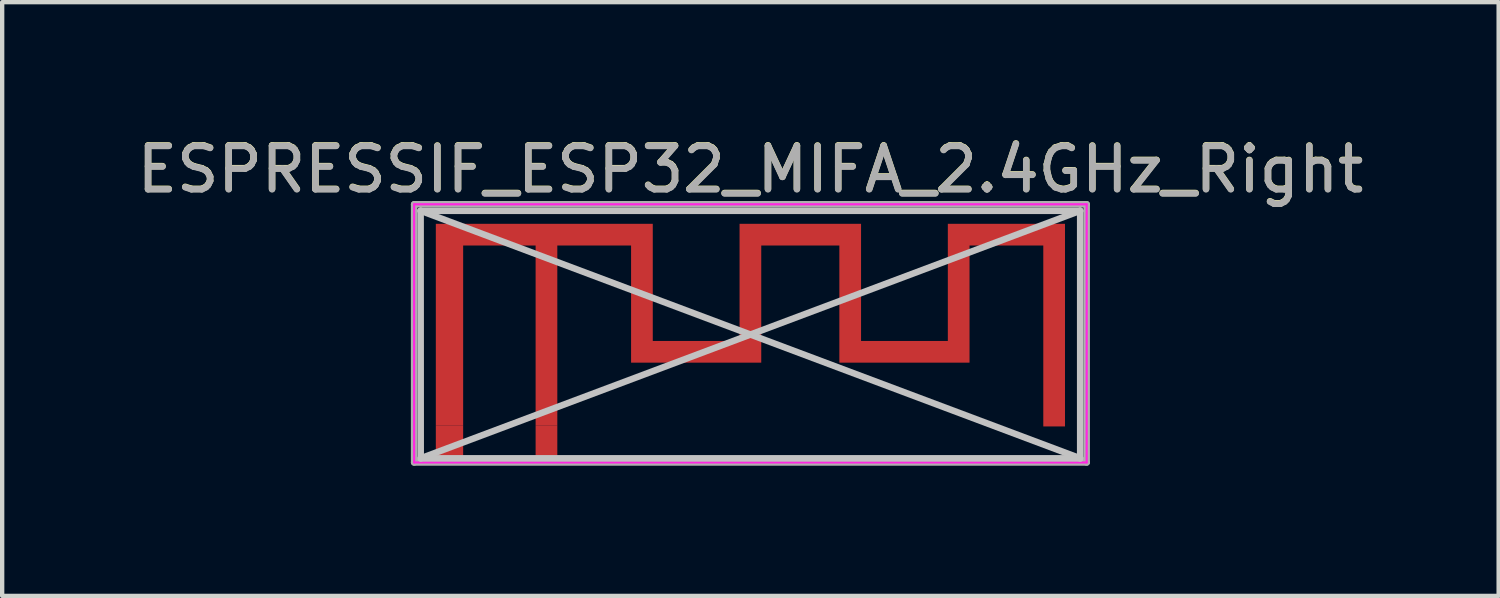
<source format=kicad_pcb>
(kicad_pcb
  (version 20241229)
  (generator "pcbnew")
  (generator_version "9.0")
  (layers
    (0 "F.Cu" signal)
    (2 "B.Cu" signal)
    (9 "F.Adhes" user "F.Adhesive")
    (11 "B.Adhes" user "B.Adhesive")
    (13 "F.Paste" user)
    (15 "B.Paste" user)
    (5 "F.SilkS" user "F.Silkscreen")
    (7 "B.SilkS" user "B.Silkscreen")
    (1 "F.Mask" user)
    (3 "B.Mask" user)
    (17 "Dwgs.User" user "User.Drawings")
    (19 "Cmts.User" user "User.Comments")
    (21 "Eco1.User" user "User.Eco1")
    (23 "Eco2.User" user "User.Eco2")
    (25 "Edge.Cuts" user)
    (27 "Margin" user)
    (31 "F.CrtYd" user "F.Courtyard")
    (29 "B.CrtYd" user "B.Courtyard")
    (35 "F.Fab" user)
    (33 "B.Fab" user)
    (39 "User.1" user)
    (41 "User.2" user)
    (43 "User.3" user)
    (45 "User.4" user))
  (footprint "ESPRESSIF_ESP32_MIFA_2.4GHz_Right"
    (layer "F.Cu")
    (at 9.694 7.258)
    (property "Reference" "ESPRESSIF_ESP32_MIFA_2.4GHz_Right" (at 4.55 -6.41 0) (layer "F.SilkS") (effects (font (size 1 1) (thickness 0.15))))
    (attr exclude_from_pos_files exclude_from_bom)
    (fp_poly (pts (xy 2.3 -2.45) (xy 4.3 -2.45) (xy 4.3 -5.15) (xy 7.1 -5.15) (xy 7.1 -2.45) (xy 9.1 -2.45) (xy 9.1 -5.15) (xy 11.8 -5.15) (xy 11.8 -0.48) (xy 11.3 -0.48) (xy 11.3 -4.65) (xy 9.6 -4.65) (xy 9.6 -1.95) (xy 6.6 -1.95) (xy 6.6 -4.65) (xy 4.8 -4.65) (xy 4.8 -1.95) (xy 1.8 -1.95) (xy 1.8 -4.65) (xy 0.1 -4.65) (xy 0.1 -0.508) (xy -0.4 -0.508) (xy -0.4 -4.65) (xy -2.07 -4.65) (xy -2.07 -0.508) (xy -2.7 -0.508) (xy -2.7 -5.15) (xy 2.3 -5.15) (xy 2.3 -2.51)) (stroke (width 0) (type solid)) (fill yes) (layer "F.Cu"))
    (fp_line (start -3.05 -5.45) (end 12.15 -5.45) (stroke (width 0.15) (type solid)) (layer "Dwgs.User"))
    (fp_line (start -3.05 -5.45) (end 12.15 0.254) (stroke (width 0.15) (type solid)) (layer "Dwgs.User"))
    (fp_line (start -3.048 0.254) (end -3.05 -5.45) (stroke (width 0.15) (type solid)) (layer "Dwgs.User"))
    (fp_line (start -3.048 0.254) (end 12.15 -5.45) (stroke (width 0.15) (type solid)) (layer "Dwgs.User"))
    (fp_line (start -3.048 0.254) (end 12.152 0.254) (stroke (width 0.15) (type solid)) (layer "Dwgs.User"))
    (fp_line (start 12.15 0.254) (end 12.15 -5.45) (stroke (width 0.15) (type solid)) (layer "Dwgs.User"))
    (fp_line (start -3.2 -5.6) (end 12.3 -5.6) (stroke (width 0.05) (type solid)) (layer "F.CrtYd"))
    (fp_line (start -3.2 0.35) (end -3.2 -5.6) (stroke (width 0.05) (type solid)) (layer "F.CrtYd"))
    (fp_line (start 12.3 -5.6) (end 12.3 0.35) (stroke (width 0.05) (type solid)) (layer "F.CrtYd"))
    (fp_line (start 12.3 0.35) (end -3.2 0.35) (stroke (width 0.05) (type solid)) (layer "F.CrtYd"))
    (fp_line (start -3.2 -5.6) (end 12.3 -5.6) (stroke (width 0.15) (type solid)) (layer "F.Fab"))
    (fp_line (start -3.2 0.35) (end -3.2 -5.6) (stroke (width 0.15) (type solid)) (layer "F.Fab"))
    (fp_line (start 12.3 -5.6) (end 12.3 0.35) (stroke (width 0.15) (type solid)) (layer "F.Fab"))
    (fp_line (start 12.3 0.35) (end -3.2 0.35) (stroke (width 0.15) (type solid)) (layer "F.Fab"))
    (fp_text user "${REFERENCE}" (at 4.55 -6.4 0) (layer "F.Fab") (effects (font (size 1 1) (thickness 0.15))))
    (pad "1" connect rect (at -0.15 -0.124) (size 0.5 0.768) (layers "F.Cu"))
    (pad "2" smd rect (at -2.385 -0.124) (size 0.63 0.768) (layers "F.Cu" "F.Mask")))
  (gr_rect
    (start -3 -3)
    (end 31.488 10.683)
    (stroke (width 0.1) (type default))
    (fill no)
    (layer "Edge.Cuts")))
</source>
